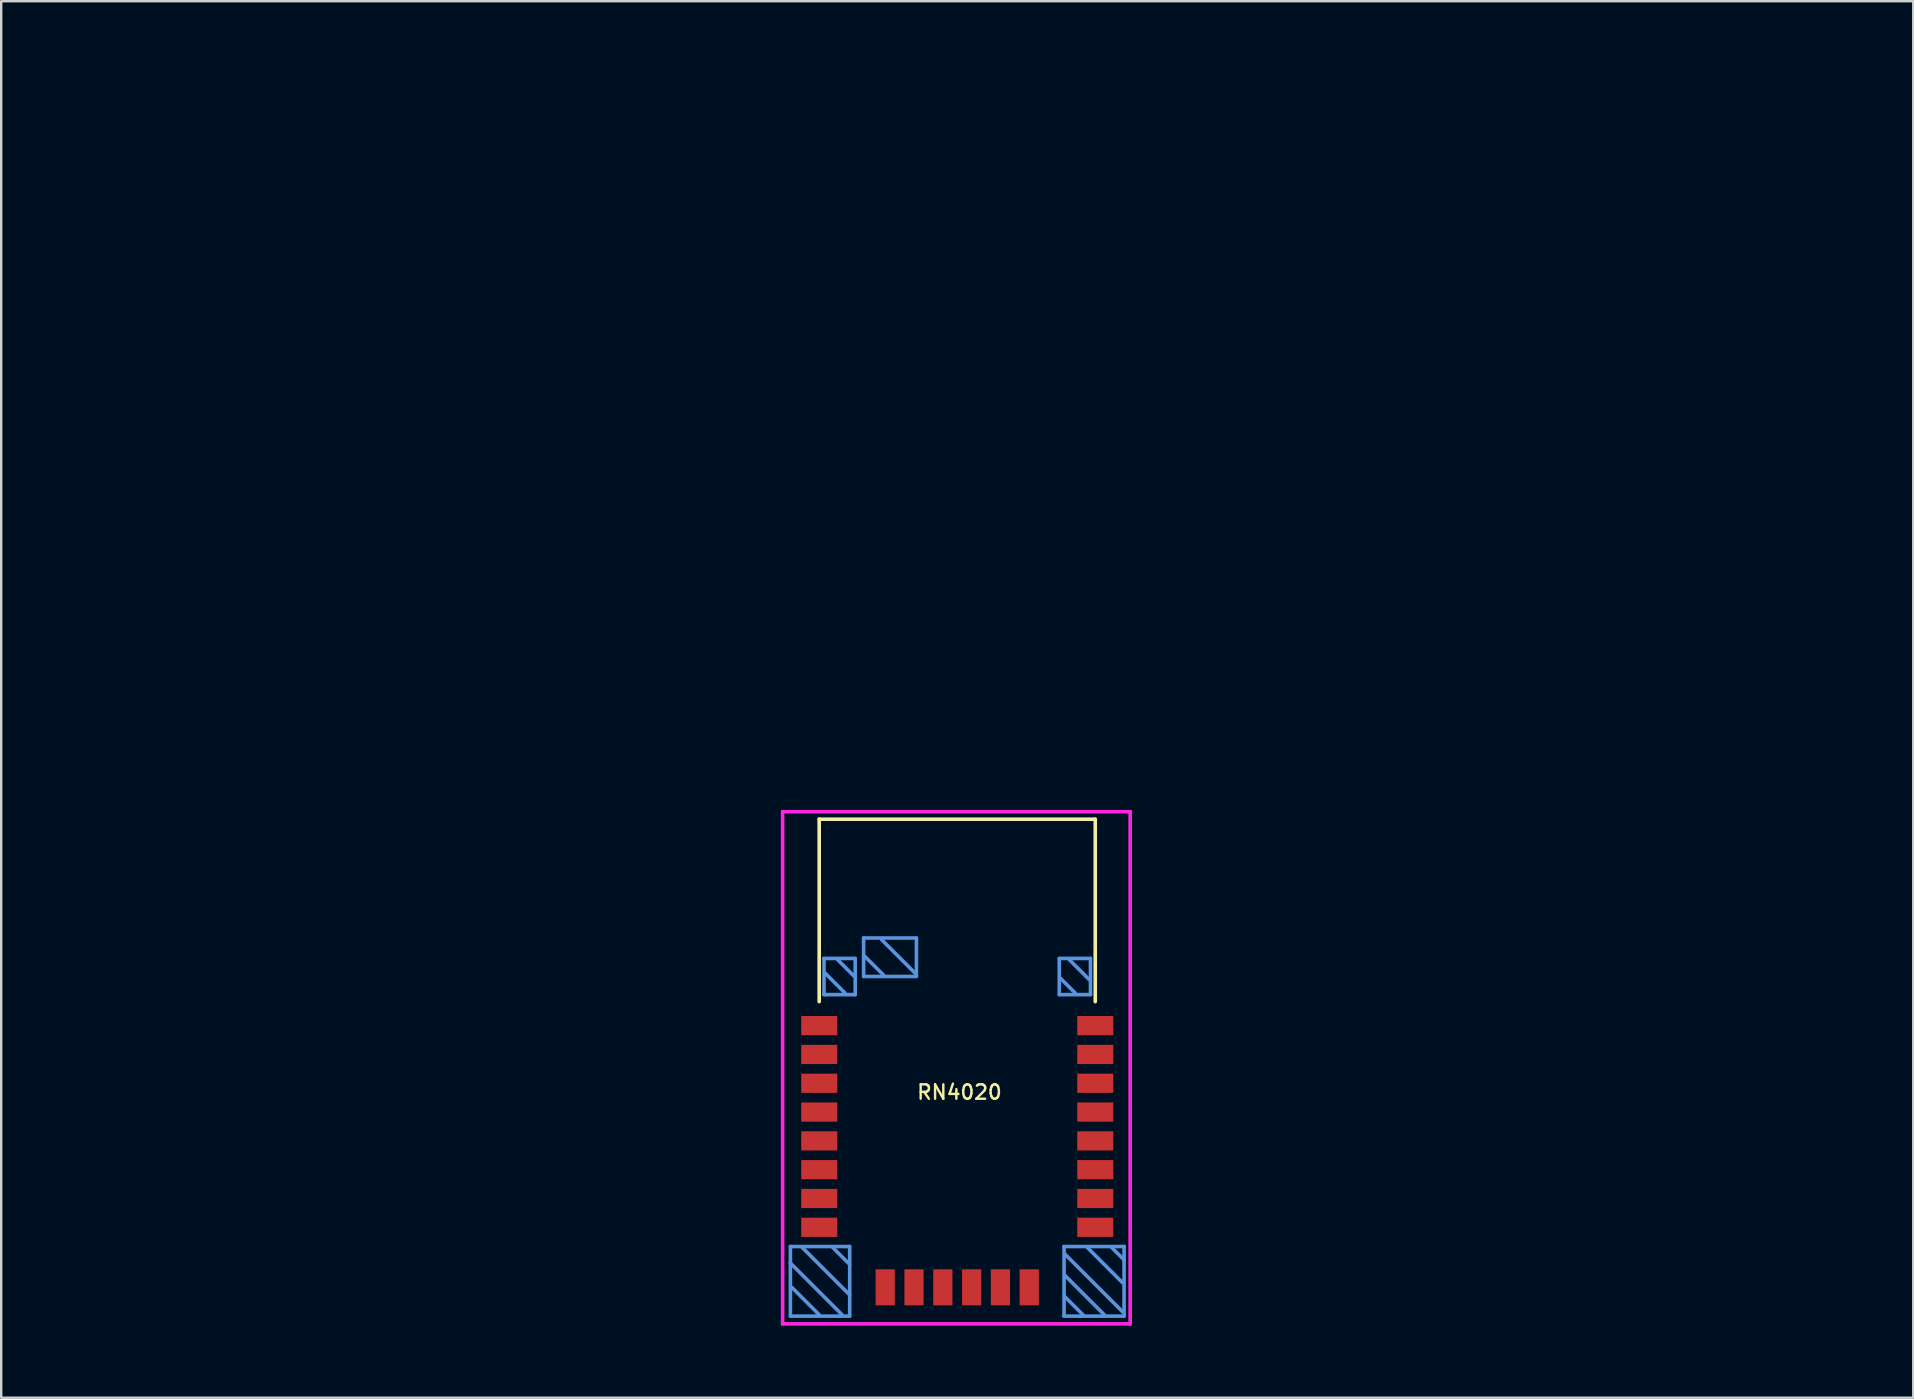
<source format=kicad_pcb>
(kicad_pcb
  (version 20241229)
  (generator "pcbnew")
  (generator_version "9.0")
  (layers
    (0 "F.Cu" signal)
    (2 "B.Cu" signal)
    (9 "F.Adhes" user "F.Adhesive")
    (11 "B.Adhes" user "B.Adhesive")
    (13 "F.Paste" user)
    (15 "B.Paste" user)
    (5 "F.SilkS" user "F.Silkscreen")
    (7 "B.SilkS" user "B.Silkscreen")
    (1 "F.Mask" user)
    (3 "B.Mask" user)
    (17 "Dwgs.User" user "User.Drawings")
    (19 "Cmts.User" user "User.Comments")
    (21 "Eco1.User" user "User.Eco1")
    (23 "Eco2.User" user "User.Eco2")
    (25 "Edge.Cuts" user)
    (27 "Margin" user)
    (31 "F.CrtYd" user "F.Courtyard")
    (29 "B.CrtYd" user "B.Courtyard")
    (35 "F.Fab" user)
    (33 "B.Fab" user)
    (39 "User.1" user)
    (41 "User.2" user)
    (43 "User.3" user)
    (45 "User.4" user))
  (footprint "RN4020"
    (layer "F.Cu")
    (at 31.075 50.575)
    (property "Reference" "RN4020" (at 5.842 -8.128 0) (layer "F.SilkS") (effects (font (size 0.6 0.6) (thickness 0.1))))
    (attr through_hole)
    (fp_line (start 0 -19.5) (end 11.5 -19.5) (stroke (width 0.15) (type solid)) (layer "F.SilkS"))
    (fp_line (start 0 -11.9) (end 0 -19.5) (stroke (width 0.15) (type solid)) (layer "F.SilkS"))
    (fp_line (start 11.5 -19.5) (end 11.5 -11.9) (stroke (width 0.15) (type solid)) (layer "F.SilkS"))
    (fp_line (start -1.206 -1.016) (end 0.953 1.143) (stroke (width 0.15) (type solid)) (layer "Cmts.User"))
    (fp_line (start -1.2 -1.7) (end 1.27 -1.7) (stroke (width 0.15) (type solid)) (layer "Cmts.User"))
    (fp_line (start -1.2 1.2) (end -1.2 -1.7) (stroke (width 0.15) (type solid)) (layer "Cmts.User"))
    (fp_line (start -1.143 0) (end 0 1.143) (stroke (width 0.15) (type solid)) (layer "Cmts.User"))
    (fp_line (start -0.699 -1.651) (end 1.27 0.318) (stroke (width 0.15) (type solid)) (layer "Cmts.User"))
    (fp_line (start 0.2 -13.7) (end 0.2 -12.192) (stroke (width 0.15) (type solid)) (layer "Cmts.User"))
    (fp_line (start 0.2 -12.192) (end 1.5 -12.192) (stroke (width 0.15) (type solid)) (layer "Cmts.User"))
    (fp_line (start 0.254 -13.081) (end 1.079 -12.255) (stroke (width 0.15) (type solid)) (layer "Cmts.User"))
    (fp_line (start 0.572 -1.651) (end 1.27 -0.953) (stroke (width 0.15) (type solid)) (layer "Cmts.User"))
    (fp_line (start 0.762 -13.652) (end 1.46 -12.954) (stroke (width 0.15) (type solid)) (layer "Cmts.User"))
    (fp_line (start 1.27 -1.7) (end 1.27 1.2) (stroke (width 0.15) (type solid)) (layer "Cmts.User"))
    (fp_line (start 1.27 1.2) (end -1.2 1.2) (stroke (width 0.15) (type solid)) (layer "Cmts.User"))
    (fp_line (start 1.5 -13.7) (end 0.2 -13.7) (stroke (width 0.15) (type solid)) (layer "Cmts.User"))
    (fp_line (start 1.5 -12.192) (end 1.5 -13.7) (stroke (width 0.15) (type solid)) (layer "Cmts.User"))
    (fp_line (start 1.85 -14.55) (end 1.85 -12.95) (stroke (width 0.15) (type solid)) (layer "Cmts.User"))
    (fp_line (start 1.85 -12.95) (end 4.05 -12.95) (stroke (width 0.15) (type solid)) (layer "Cmts.User"))
    (fp_line (start 1.905 -13.78) (end 2.667 -13.018) (stroke (width 0.15) (type solid)) (layer "Cmts.User"))
    (fp_line (start 2.603 -14.478) (end 4 -13.081) (stroke (width 0.15) (type solid)) (layer "Cmts.User"))
    (fp_line (start 4.05 -14.55) (end 1.85 -14.55) (stroke (width 0.15) (type solid)) (layer "Cmts.User"))
    (fp_line (start 4.05 -12.95) (end 4.05 -14.55) (stroke (width 0.15) (type solid)) (layer "Cmts.User"))
    (fp_line (start 10 -13.7) (end 10 -12.192) (stroke (width 0.15) (type solid)) (layer "Cmts.User"))
    (fp_line (start 10 -12.192) (end 11.3 -12.192) (stroke (width 0.15) (type solid)) (layer "Cmts.User"))
    (fp_line (start 10.033 -12.89) (end 10.668 -12.255) (stroke (width 0.15) (type solid)) (layer "Cmts.User"))
    (fp_line (start 10.2 -1.7) (end 12.7 -1.7) (stroke (width 0.15) (type solid)) (layer "Cmts.User"))
    (fp_line (start 10.2 1.2) (end 10.2 -1.7) (stroke (width 0.15) (type solid)) (layer "Cmts.User"))
    (fp_line (start 10.223 -1.397) (end 12.636 1.016) (stroke (width 0.15) (type solid)) (layer "Cmts.User"))
    (fp_line (start 10.223 0.381) (end 10.986 1.143) (stroke (width 0.15) (type solid)) (layer "Cmts.User"))
    (fp_line (start 10.414 -13.652) (end 11.239 -12.827) (stroke (width 0.15) (type solid)) (layer "Cmts.User"))
    (fp_line (start 11.176 -1.651) (end 12.636 -0.191) (stroke (width 0.15) (type solid)) (layer "Cmts.User"))
    (fp_line (start 11.3 -13.7) (end 10 -13.7) (stroke (width 0.15) (type solid)) (layer "Cmts.User"))
    (fp_line (start 11.3 -12.192) (end 11.3 -13.7) (stroke (width 0.15) (type solid)) (layer "Cmts.User"))
    (fp_line (start 11.874 1.143) (end 10.223 -0.508) (stroke (width 0.15) (type solid)) (layer "Cmts.User"))
    (fp_line (start 12.192 -1.651) (end 12.7 -1.143) (stroke (width 0.15) (type solid)) (layer "Cmts.User"))
    (fp_line (start 12.7 -1.7) (end 12.7 1.2) (stroke (width 0.15) (type solid)) (layer "Cmts.User"))
    (fp_line (start 12.7 1.2) (end 10.2 1.2) (stroke (width 0.15) (type solid)) (layer "Cmts.User"))
    (fp_line (start -31 -50.5) (end 42.5 -50.5) (stroke (width 0.15) (type solid)) (layer "Eco1.User"))
    (fp_line (start -31 -14.55) (end -31 -50.5) (stroke (width 0.15) (type solid)) (layer "Eco1.User"))
    (fp_line (start 42.5 -50.5) (end 42.5 -14.55) (stroke (width 0.15) (type solid)) (layer "Eco1.User"))
    (fp_line (start 42.5 -14.55) (end -31 -14.55) (stroke (width 0.15) (type solid)) (layer "Eco1.User"))
    (fp_line (start -1.524 -19.812) (end 12.954 -19.812) (stroke (width 0.15) (type solid)) (layer "F.CrtYd"))
    (fp_line (start -1.524 1.524) (end -1.524 -19.812) (stroke (width 0.15) (type solid)) (layer "F.CrtYd"))
    (fp_line (start 12.954 -19.812) (end 12.954 1.524) (stroke (width 0.15) (type solid)) (layer "F.CrtYd"))
    (fp_line (start 12.954 1.524) (end -1.524 1.524) (stroke (width 0.15) (type solid)) (layer "F.CrtYd"))
    (pad "1" smd rect (at 0 -10.9) (size 1.5 0.8) (layers "F.Cu" "F.Mask" "F.Paste"))
    (pad "2" smd rect (at 0 -9.7) (size 1.5 0.8) (layers "F.Cu" "F.Mask" "F.Paste"))
    (pad "3" smd rect (at 0 -8.5) (size 1.5 0.8) (layers "F.Cu" "F.Mask" "F.Paste"))
    (pad "4" smd rect (at 0 -7.3) (size 1.5 0.8) (layers "F.Cu" "F.Mask" "F.Paste"))
    (pad "5" smd rect (at 0 -6.1) (size 1.5 0.8) (layers "F.Cu" "F.Mask" "F.Paste"))
    (pad "6" smd rect (at 0 -4.9) (size 1.5 0.8) (layers "F.Cu" "F.Mask" "F.Paste"))
    (pad "7" smd rect (at 0 -3.7) (size 1.5 0.8) (layers "F.Cu" "F.Mask" "F.Paste"))
    (pad "8" smd rect (at 0 -2.5) (size 1.5 0.8) (layers "F.Cu" "F.Mask" "F.Paste"))
    (pad "9" smd rect (at 2.75 0) (size 0.8 1.5) (layers "F.Cu" "F.Mask" "F.Paste"))
    (pad "10" smd rect (at 3.95 0) (size 0.8 1.5) (layers "F.Cu" "F.Mask" "F.Paste"))
    (pad "11" smd rect (at 5.15 0) (size 0.8 1.5) (layers "F.Cu" "F.Mask" "F.Paste"))
    (pad "12" smd rect (at 6.35 0) (size 0.8 1.5) (layers "F.Cu" "F.Mask" "F.Paste"))
    (pad "13" smd rect (at 7.55 0) (size 0.8 1.5) (layers "F.Cu" "F.Mask" "F.Paste"))
    (pad "14" smd rect (at 8.75 0) (size 0.8 1.5) (layers "F.Cu" "F.Mask" "F.Paste"))
    (pad "15" smd rect (at 11.5 -2.5) (size 1.5 0.8) (layers "F.Cu" "F.Mask" "F.Paste"))
    (pad "16" smd rect (at 11.5 -3.7) (size 1.5 0.8) (layers "F.Cu" "F.Mask" "F.Paste"))
    (pad "17" smd rect (at 11.5 -4.9) (size 1.5 0.8) (layers "F.Cu" "F.Mask" "F.Paste"))
    (pad "18" smd rect (at 11.5 -6.1) (size 1.5 0.8) (layers "F.Cu" "F.Mask" "F.Paste"))
    (pad "19" smd rect (at 11.5 -7.3) (size 1.5 0.8) (layers "F.Cu" "F.Mask" "F.Paste"))
    (pad "20" smd rect (at 11.5 -8.5) (size 1.5 0.8) (layers "F.Cu" "F.Mask" "F.Paste"))
    (pad "21" smd rect (at 11.5 -9.7) (size 1.5 0.8) (layers "F.Cu" "F.Mask" "F.Paste"))
    (pad "22" smd rect (at 11.5 -10.9) (size 1.5 0.8) (layers "F.Cu" "F.Mask" "F.Paste")))
  (gr_rect
    (start -3 -3)
    (end 76.65 55.174)
    (stroke (width 0.1) (type default))
    (fill no)
    (layer "Edge.Cuts")))
</source>
